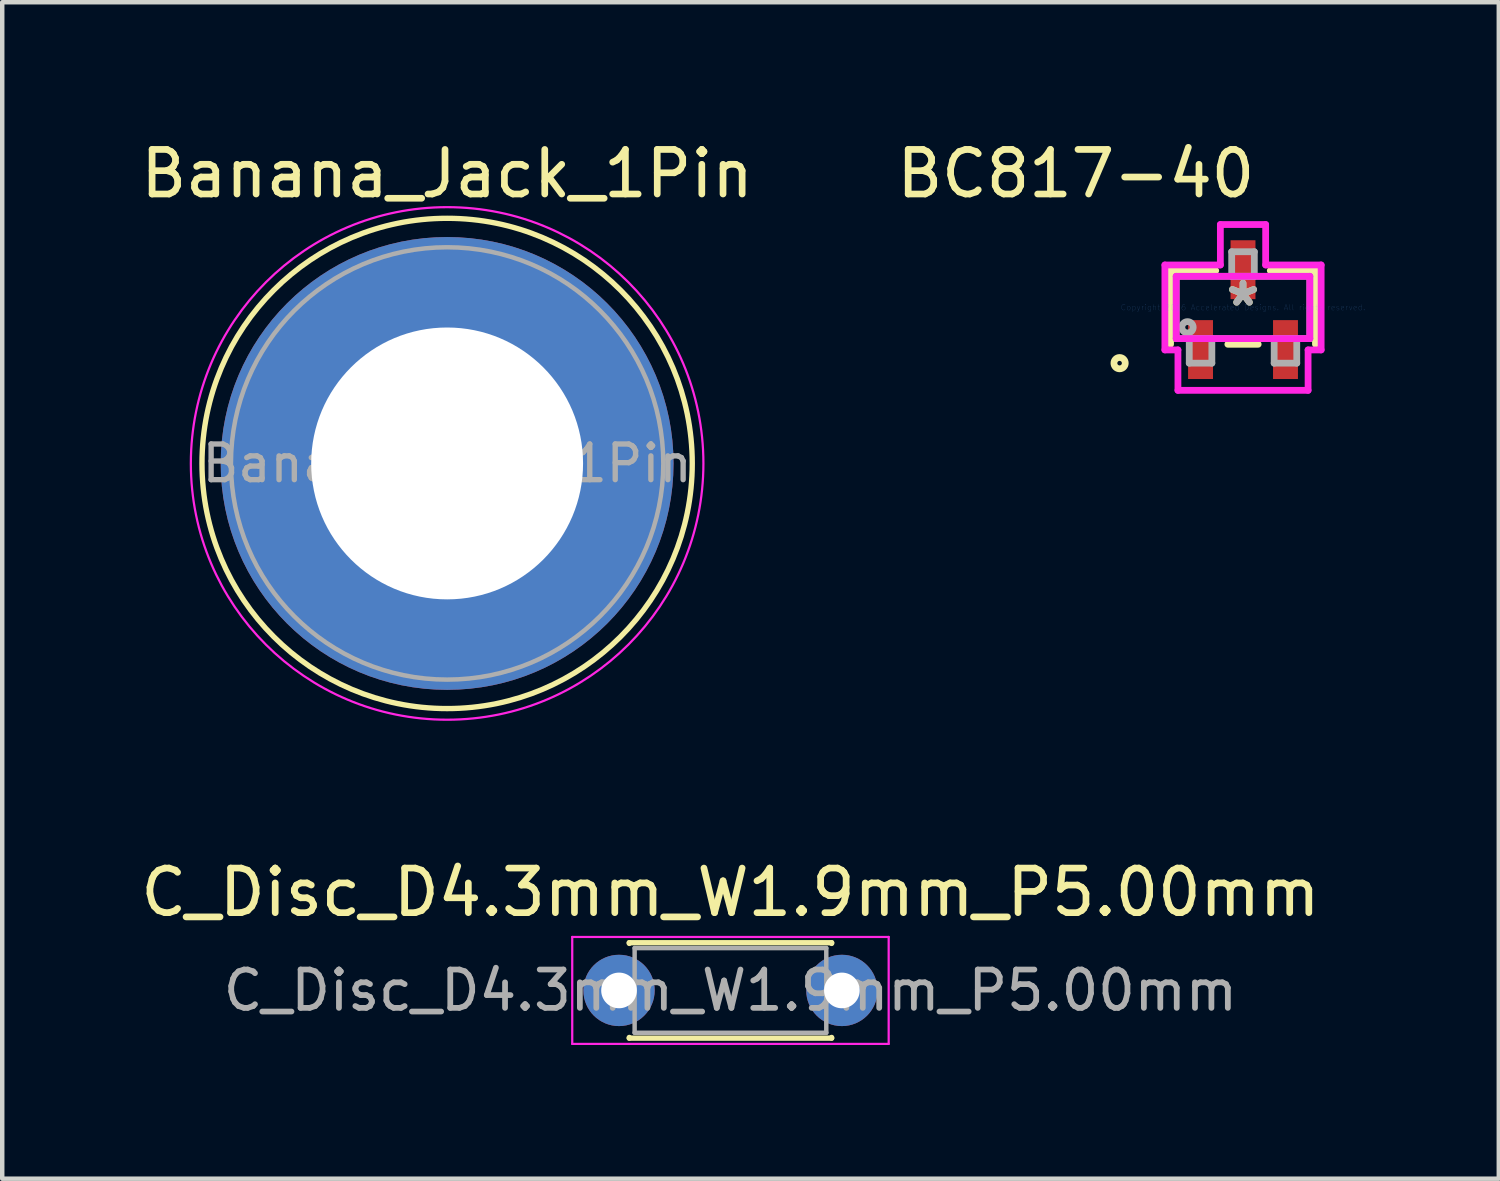
<source format=kicad_pcb>
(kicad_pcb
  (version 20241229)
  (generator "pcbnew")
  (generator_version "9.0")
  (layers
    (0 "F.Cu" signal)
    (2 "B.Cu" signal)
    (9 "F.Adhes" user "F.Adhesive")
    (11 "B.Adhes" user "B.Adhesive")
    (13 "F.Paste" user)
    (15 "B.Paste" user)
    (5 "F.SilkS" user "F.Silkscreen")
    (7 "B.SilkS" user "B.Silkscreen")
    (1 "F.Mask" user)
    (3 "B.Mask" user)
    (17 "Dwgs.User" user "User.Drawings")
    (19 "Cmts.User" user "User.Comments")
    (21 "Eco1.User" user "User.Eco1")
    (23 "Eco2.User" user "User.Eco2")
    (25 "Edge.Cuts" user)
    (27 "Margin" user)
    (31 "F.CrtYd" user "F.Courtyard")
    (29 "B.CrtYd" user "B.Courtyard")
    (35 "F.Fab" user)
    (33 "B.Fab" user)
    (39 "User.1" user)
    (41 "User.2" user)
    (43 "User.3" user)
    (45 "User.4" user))
  (footprint "Banana_Jack_1Pin"
    (layer "F.Cu")
    (at 6.982 7.348)
    (property "Reference" "Banana_Jack_1Pin" (at 0 -6.5 0) (layer "F.SilkS") (effects (font (size 1 1) (thickness 0.15))))
    (attr through_hole)
    (fp_circle (center 0 0) (end 5.5 0) (stroke (width 0.12) (type solid)) (fill no) (layer "F.SilkS"))
    (fp_circle (center 0 0) (end 5.75 0) (stroke (width 0.05) (type solid)) (fill no) (layer "F.CrtYd"))
    (fp_circle (center 0 0) (end 2 0) (stroke (width 0.1) (type solid)) (fill no) (layer "F.Fab"))
    (fp_circle (center 0 0) (end 4.85 0.05) (stroke (width 0.1) (type solid)) (fill no) (layer "F.Fab"))
    (fp_text user "${REFERENCE}" (at 0 0 0) (layer "F.Fab") (effects (font (size 0.8 0.8) (thickness 0.12))))
    (pad "1" thru_hole circle (at 0 0) (size 10.16 10.16) (drill 6.1) (layers "*.Cu" "*.Mask")))
  (footprint "BC817-40"
    (layer "F.Cu")
    (at 24.839 3.848)
    (property "Reference" "BC817-40" (at -3.75 -3 0) (layer "F.SilkS") (effects (font (size 1 1) (thickness 0.15))))
    (attr through_hole)
    (fp_line (start -1.626 -0.826) (end -1.626 0.826) (stroke (width 0.152) (type solid)) (layer "F.SilkS"))
    (fp_line (start -0.612 -0.826) (end -1.626 -0.826) (stroke (width 0.152) (type solid)) (layer "F.SilkS"))
    (fp_line (start -0.34 0.826) (end 0.34 0.826) (stroke (width 0.152) (type solid)) (layer "F.SilkS"))
    (fp_line (start 1.626 -0.826) (end 0.612 -0.826) (stroke (width 0.152) (type solid)) (layer "F.SilkS"))
    (fp_line (start 1.626 0.826) (end 1.626 -0.826) (stroke (width 0.152) (type solid)) (layer "F.SilkS"))
    (fp_circle (center -2.769 1.25) (end -2.642 1.25) (stroke (width 0.152) (type solid)) (fill no) (layer "F.SilkS"))
    (fp_line (start -1.753 -0.953) (end -0.508 -0.953) (stroke (width 0.152) (type solid)) (layer "F.CrtYd"))
    (fp_line (start -1.753 0.953) (end -1.753 -0.953) (stroke (width 0.152) (type solid)) (layer "F.CrtYd"))
    (fp_line (start -1.499 -0.699) (end 1.499 -0.699) (stroke (width 0.152) (type solid)) (layer "F.CrtYd"))
    (fp_line (start -1.499 0.699) (end -1.499 -0.699) (stroke (width 0.152) (type solid)) (layer "F.CrtYd"))
    (fp_line (start -1.46 0.953) (end -1.753 0.953) (stroke (width 0.152) (type solid)) (layer "F.CrtYd"))
    (fp_line (start -1.46 1.86) (end -1.46 0.953) (stroke (width 0.152) (type solid)) (layer "F.CrtYd"))
    (fp_line (start -0.508 -1.86) (end 0.508 -1.86) (stroke (width 0.152) (type solid)) (layer "F.CrtYd"))
    (fp_line (start -0.508 -0.953) (end -0.508 -1.86) (stroke (width 0.152) (type solid)) (layer "F.CrtYd"))
    (fp_line (start 0.508 -1.86) (end 0.508 -0.953) (stroke (width 0.152) (type solid)) (layer "F.CrtYd"))
    (fp_line (start 0.508 -0.953) (end 1.753 -0.953) (stroke (width 0.152) (type solid)) (layer "F.CrtYd"))
    (fp_line (start 1.46 0.953) (end 1.46 1.86) (stroke (width 0.152) (type solid)) (layer "F.CrtYd"))
    (fp_line (start 1.46 1.86) (end -1.46 1.86) (stroke (width 0.152) (type solid)) (layer "F.CrtYd"))
    (fp_line (start 1.499 -0.699) (end 1.499 0.699) (stroke (width 0.152) (type solid)) (layer "F.CrtYd"))
    (fp_line (start 1.499 0.699) (end -1.499 0.699) (stroke (width 0.152) (type solid)) (layer "F.CrtYd"))
    (fp_line (start 1.753 -0.953) (end 1.753 0.953) (stroke (width 0.152) (type solid)) (layer "F.CrtYd"))
    (fp_line (start 1.753 0.953) (end 1.46 0.953) (stroke (width 0.152) (type solid)) (layer "F.CrtYd"))
    (fp_line (start -1.499 -0.699) (end -1.499 0.699) (stroke (width 0.152) (type solid)) (layer "F.Fab"))
    (fp_line (start -1.499 0.699) (end 1.499 0.699) (stroke (width 0.152) (type solid)) (layer "F.Fab"))
    (fp_line (start -1.206 0.699) (end -1.206 1.25) (stroke (width 0.152) (type solid)) (layer "F.Fab"))
    (fp_line (start -1.206 1.25) (end -0.699 1.25) (stroke (width 0.152) (type solid)) (layer "F.Fab"))
    (fp_line (start -0.699 0.699) (end -1.206 0.699) (stroke (width 0.152) (type solid)) (layer "F.Fab"))
    (fp_line (start -0.699 1.25) (end -0.699 0.699) (stroke (width 0.152) (type solid)) (layer "F.Fab"))
    (fp_line (start -0.254 -1.25) (end -0.254 -0.699) (stroke (width 0.152) (type solid)) (layer "F.Fab"))
    (fp_line (start -0.254 -0.699) (end 0.254 -0.699) (stroke (width 0.152) (type solid)) (layer "F.Fab"))
    (fp_line (start 0.254 -1.25) (end -0.254 -1.25) (stroke (width 0.152) (type solid)) (layer "F.Fab"))
    (fp_line (start 0.254 -0.699) (end 0.254 -1.25) (stroke (width 0.152) (type solid)) (layer "F.Fab"))
    (fp_line (start 0.699 0.699) (end 0.699 1.25) (stroke (width 0.152) (type solid)) (layer "F.Fab"))
    (fp_line (start 0.699 1.25) (end 1.206 1.25) (stroke (width 0.152) (type solid)) (layer "F.Fab"))
    (fp_line (start 1.206 0.699) (end 0.699 0.699) (stroke (width 0.152) (type solid)) (layer "F.Fab"))
    (fp_line (start 1.206 1.25) (end 1.206 0.699) (stroke (width 0.152) (type solid)) (layer "F.Fab"))
    (fp_line (start 1.499 -0.699) (end -1.499 -0.699) (stroke (width 0.152) (type solid)) (layer "F.Fab"))
    (fp_line (start 1.499 0.699) (end 1.499 -0.699) (stroke (width 0.152) (type solid)) (layer "F.Fab"))
    (fp_circle (center -1.245 0.445) (end -1.118 0.445) (stroke (width 0.152) (type solid)) (fill no) (layer "F.Fab"))
    (fp_text user "*" (at 0 0 0) (layer "F.SilkS") (effects (font (size 1 1) (thickness 0.15))))
    (fp_text user "Copyright 2016 Accelerated Designs. All rights reserved." (at 0 0 0) (layer "Cmts.User") (effects (font (size 0.127 0.127) (thickness 0.002))))
    (fp_text user "*" (at 0 0 0) (layer "F.Fab") (effects (font (size 1 1) (thickness 0.15))))
    (pad "1" smd rect (at -0.953 0.945) (size 0.559 1.321) (layers "F.Cu" "F.Mask" "F.Paste"))
    (pad "2" smd rect (at 0.953 0.945) (size 0.559 1.321) (layers "F.Cu" "F.Mask" "F.Paste"))
    (pad "3" smd rect (at 0 -0.847) (size 0.559 1.321) (layers "F.Cu" "F.Mask" "F.Paste")))
  (footprint "C_Disc_D4.3mm_W1.9mm_P5.00mm"
    (layer "F.Cu")
    (at 10.839 19.172)
    (property "Reference" "C_Disc_D4.3mm_W1.9mm_P5.00mm" (at 2.5 -2.2 0) (layer "F.SilkS") (effects (font (size 1 1) (thickness 0.15))))
    (attr through_hole)
    (fp_line (start 0.23 -1.07) (end 0.23 -1.055) (stroke (width 0.12) (type solid)) (layer "F.SilkS"))
    (fp_line (start 0.23 -1.07) (end 4.77 -1.07) (stroke (width 0.12) (type solid)) (layer "F.SilkS"))
    (fp_line (start 0.23 1.055) (end 0.23 1.07) (stroke (width 0.12) (type solid)) (layer "F.SilkS"))
    (fp_line (start 0.23 1.07) (end 4.77 1.07) (stroke (width 0.12) (type solid)) (layer "F.SilkS"))
    (fp_line (start 4.77 -1.07) (end 4.77 -1.055) (stroke (width 0.12) (type solid)) (layer "F.SilkS"))
    (fp_line (start 4.77 1.055) (end 4.77 1.07) (stroke (width 0.12) (type solid)) (layer "F.SilkS"))
    (fp_line (start -1.05 -1.2) (end -1.05 1.2) (stroke (width 0.05) (type solid)) (layer "F.CrtYd"))
    (fp_line (start -1.05 1.2) (end 6.05 1.2) (stroke (width 0.05) (type solid)) (layer "F.CrtYd"))
    (fp_line (start 6.05 -1.2) (end -1.05 -1.2) (stroke (width 0.05) (type solid)) (layer "F.CrtYd"))
    (fp_line (start 6.05 1.2) (end 6.05 -1.2) (stroke (width 0.05) (type solid)) (layer "F.CrtYd"))
    (fp_line (start 0.35 -0.95) (end 0.35 0.95) (stroke (width 0.1) (type solid)) (layer "F.Fab"))
    (fp_line (start 0.35 0.95) (end 4.65 0.95) (stroke (width 0.1) (type solid)) (layer "F.Fab"))
    (fp_line (start 4.65 -0.95) (end 0.35 -0.95) (stroke (width 0.1) (type solid)) (layer "F.Fab"))
    (fp_line (start 4.65 0.95) (end 4.65 -0.95) (stroke (width 0.1) (type solid)) (layer "F.Fab"))
    (fp_text user "${REFERENCE}" (at 2.5 0 0) (layer "F.Fab") (effects (font (size 0.86 0.86) (thickness 0.129))))
    (pad "1" thru_hole circle (at 0 0) (size 1.6 1.6) (drill 0.8) (layers "*.Cu" "*.Mask"))
    (pad "2" thru_hole circle (at 5 0) (size 1.6 1.6) (drill 0.8) (layers "*.Cu" "*.Mask")))
  (gr_rect
    (start -3 -3)
    (end 30.578 23.396)
    (stroke (width 0.1) (type default))
    (fill no)
    (layer "Edge.Cuts")))
</source>
